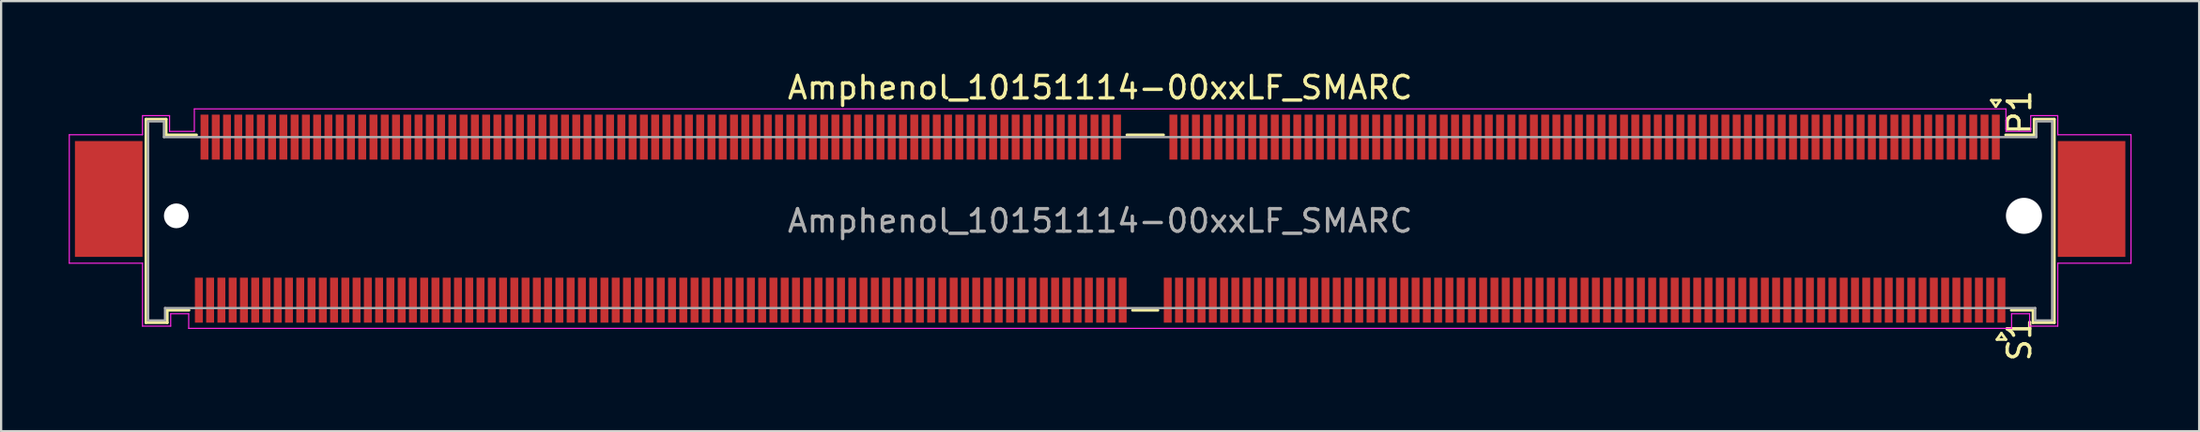
<source format=kicad_pcb>
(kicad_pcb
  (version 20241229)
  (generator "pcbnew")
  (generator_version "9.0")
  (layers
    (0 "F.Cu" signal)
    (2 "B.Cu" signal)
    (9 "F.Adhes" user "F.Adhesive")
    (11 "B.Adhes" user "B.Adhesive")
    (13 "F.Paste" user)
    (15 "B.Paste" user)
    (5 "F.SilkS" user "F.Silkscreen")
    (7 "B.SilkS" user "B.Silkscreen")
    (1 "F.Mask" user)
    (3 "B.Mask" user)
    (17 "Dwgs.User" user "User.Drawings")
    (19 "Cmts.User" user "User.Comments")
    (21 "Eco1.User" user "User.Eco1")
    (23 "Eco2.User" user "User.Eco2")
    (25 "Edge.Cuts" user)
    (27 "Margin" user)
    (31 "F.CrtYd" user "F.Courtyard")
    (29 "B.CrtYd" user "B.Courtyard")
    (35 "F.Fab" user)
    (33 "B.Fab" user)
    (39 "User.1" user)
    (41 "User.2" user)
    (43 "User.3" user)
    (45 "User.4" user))
  (footprint "Amphenol_10151114-00xxLF_SMARC"
    (layer "F.Cu")
    (at 45.775 6.773)
    (property "Reference" "Amphenol_10151114-00xxLF_SMARC" (at 0 -5.925 0) (layer "F.SilkS") (effects (font (size 1 1) (thickness 0.15))))
    (attr smd)
    (fp_line (start -42.35 -4.525) (end -42.35 4.525) (stroke (width 0.12) (type solid)) (layer "F.SilkS"))
    (fp_line (start -41.45 -4.525) (end -42.35 -4.525) (stroke (width 0.12) (type solid)) (layer "F.SilkS"))
    (fp_line (start -41.45 -4.525) (end -41.45 -3.825) (stroke (width 0.12) (type solid)) (layer "F.SilkS"))
    (fp_line (start -41.4 4.525) (end -42.35 4.525) (stroke (width 0.12) (type solid)) (layer "F.SilkS"))
    (fp_line (start -41.4 4.525) (end -41.4 3.975) (stroke (width 0.12) (type solid)) (layer "F.SilkS"))
    (fp_line (start -40.435 3.975) (end -41.4 3.975) (stroke (width 0.12) (type solid)) (layer "F.SilkS"))
    (fp_line (start -40.1 -3.825) (end -41.45 -3.825) (stroke (width 0.12) (type solid)) (layer "F.SilkS"))
    (fp_line (start 1.185 -3.825) (end 2.815 -3.825) (stroke (width 0.12) (type solid)) (layer "F.SilkS"))
    (fp_line (start 1.435 3.975) (end 2.565 3.975) (stroke (width 0.12) (type solid)) (layer "F.SilkS"))
    (fp_line (start 39.55 -5.366) (end 39.95 -5.366) (stroke (width 0.12) (type solid)) (layer "F.SilkS"))
    (fp_line (start 39.75 -5.084) (end 39.55 -5.366) (stroke (width 0.12) (type solid)) (layer "F.SilkS"))
    (fp_line (start 39.8 5.275) (end 40 4.992) (stroke (width 0.12) (type solid)) (layer "F.SilkS"))
    (fp_line (start 39.95 -5.366) (end 39.75 -5.084) (stroke (width 0.12) (type solid)) (layer "F.SilkS"))
    (fp_line (start 40 4.992) (end 40.2 5.275) (stroke (width 0.12) (type solid)) (layer "F.SilkS"))
    (fp_line (start 40.185 -3.825) (end 41.45 -3.825) (stroke (width 0.12) (type solid)) (layer "F.SilkS"))
    (fp_line (start 40.2 5.275) (end 39.8 5.275) (stroke (width 0.12) (type solid)) (layer "F.SilkS"))
    (fp_line (start 40.435 3.975) (end 41.4 3.975) (stroke (width 0.12) (type solid)) (layer "F.SilkS"))
    (fp_line (start 41.4 4.525) (end 41.4 3.975) (stroke (width 0.12) (type solid)) (layer "F.SilkS"))
    (fp_line (start 41.4 4.525) (end 42.35 4.525) (stroke (width 0.12) (type solid)) (layer "F.SilkS"))
    (fp_line (start 41.45 -4.525) (end 41.45 -3.825) (stroke (width 0.12) (type solid)) (layer "F.SilkS"))
    (fp_line (start 41.45 -4.525) (end 42.35 -4.525) (stroke (width 0.12) (type solid)) (layer "F.SilkS"))
    (fp_line (start 42.35 -4.525) (end 42.35 4.525) (stroke (width 0.12) (type solid)) (layer "F.SilkS"))
    (fp_line (start -45.75 -3.83) (end -42.5 -3.83) (stroke (width 0.05) (type solid)) (layer "F.CrtYd"))
    (fp_line (start -45.75 1.88) (end -45.75 -3.83) (stroke (width 0.05) (type solid)) (layer "F.CrtYd"))
    (fp_line (start -42.5 -4.68) (end -41.3 -4.68) (stroke (width 0.05) (type solid)) (layer "F.CrtYd"))
    (fp_line (start -42.5 -3.83) (end -42.5 -4.68) (stroke (width 0.05) (type solid)) (layer "F.CrtYd"))
    (fp_line (start -42.5 1.88) (end -45.75 1.88) (stroke (width 0.05) (type solid)) (layer "F.CrtYd"))
    (fp_line (start -42.5 4.68) (end -42.5 1.88) (stroke (width 0.05) (type solid)) (layer "F.CrtYd"))
    (fp_line (start -41.3 -4.68) (end -41.3 -3.98) (stroke (width 0.05) (type solid)) (layer "F.CrtYd"))
    (fp_line (start -41.3 -3.98) (end -40.2 -3.98) (stroke (width 0.05) (type solid)) (layer "F.CrtYd"))
    (fp_line (start -41.25 4.13) (end -41.25 4.68) (stroke (width 0.05) (type solid)) (layer "F.CrtYd"))
    (fp_line (start -41.25 4.68) (end -42.5 4.68) (stroke (width 0.05) (type solid)) (layer "F.CrtYd"))
    (fp_line (start -40.45 4.13) (end -41.25 4.13) (stroke (width 0.05) (type solid)) (layer "F.CrtYd"))
    (fp_line (start -40.45 4.78) (end -40.45 4.13) (stroke (width 0.05) (type solid)) (layer "F.CrtYd"))
    (fp_line (start -40.2 -4.98) (end 40.2 -4.98) (stroke (width 0.05) (type solid)) (layer "F.CrtYd"))
    (fp_line (start -40.2 -3.98) (end -40.2 -4.98) (stroke (width 0.05) (type solid)) (layer "F.CrtYd"))
    (fp_line (start 40.2 -4.98) (end 40.2 -3.98) (stroke (width 0.05) (type solid)) (layer "F.CrtYd"))
    (fp_line (start 40.2 -3.98) (end 41.3 -3.98) (stroke (width 0.05) (type solid)) (layer "F.CrtYd"))
    (fp_line (start 40.45 4.13) (end 40.45 4.78) (stroke (width 0.05) (type solid)) (layer "F.CrtYd"))
    (fp_line (start 40.45 4.13) (end 41.25 4.13) (stroke (width 0.05) (type solid)) (layer "F.CrtYd"))
    (fp_line (start 40.45 4.78) (end -40.45 4.78) (stroke (width 0.05) (type solid)) (layer "F.CrtYd"))
    (fp_line (start 41.25 4.13) (end 41.25 4.68) (stroke (width 0.05) (type solid)) (layer "F.CrtYd"))
    (fp_line (start 41.3 -4.68) (end 42.5 -4.68) (stroke (width 0.05) (type solid)) (layer "F.CrtYd"))
    (fp_line (start 41.3 -3.98) (end 41.3 -4.68) (stroke (width 0.05) (type solid)) (layer "F.CrtYd"))
    (fp_line (start 42.5 -4.68) (end 42.5 -3.83) (stroke (width 0.05) (type solid)) (layer "F.CrtYd"))
    (fp_line (start 42.5 -3.83) (end 45.75 -3.83) (stroke (width 0.05) (type solid)) (layer "F.CrtYd"))
    (fp_line (start 42.5 1.88) (end 42.5 4.68) (stroke (width 0.05) (type solid)) (layer "F.CrtYd"))
    (fp_line (start 42.5 4.68) (end 41.25 4.68) (stroke (width 0.05) (type solid)) (layer "F.CrtYd"))
    (fp_line (start 45.75 -3.83) (end 45.75 1.88) (stroke (width 0.05) (type solid)) (layer "F.CrtYd"))
    (fp_line (start 45.75 1.88) (end 42.5 1.88) (stroke (width 0.05) (type solid)) (layer "F.CrtYd"))
    (fp_line (start -42.25 -4.425) (end -42.25 4.425) (stroke (width 0.1) (type solid)) (layer "F.Fab"))
    (fp_line (start -42.25 -4.425) (end -41.55 -4.425) (stroke (width 0.1) (type solid)) (layer "F.Fab"))
    (fp_line (start -41.55 -4.425) (end -41.55 -3.725) (stroke (width 0.1) (type solid)) (layer "F.Fab"))
    (fp_line (start -41.55 -3.725) (end 41.55 -3.725) (stroke (width 0.1) (type solid)) (layer "F.Fab"))
    (fp_line (start -41.5 3.875) (end -41.5 4.425) (stroke (width 0.1) (type solid)) (layer "F.Fab"))
    (fp_line (start -41.5 4.425) (end -42.25 4.425) (stroke (width 0.1) (type solid)) (layer "F.Fab"))
    (fp_line (start 41.5 3.875) (end -41.5 3.875) (stroke (width 0.1) (type solid)) (layer "F.Fab"))
    (fp_line (start 41.5 3.875) (end 41.5 4.425) (stroke (width 0.1) (type solid)) (layer "F.Fab"))
    (fp_line (start 41.5 4.425) (end 42.25 4.425) (stroke (width 0.1) (type solid)) (layer "F.Fab"))
    (fp_line (start 41.55 -4.425) (end 41.55 -3.725) (stroke (width 0.1) (type solid)) (layer "F.Fab"))
    (fp_line (start 42.25 -4.425) (end 41.55 -4.425) (stroke (width 0.1) (type solid)) (layer "F.Fab"))
    (fp_line (start 42.25 -4.425) (end 42.25 4.425) (stroke (width 0.1) (type solid)) (layer "F.Fab"))
    (fp_text user "P1" (at 40.8 -4.825 90) (unlocked yes) (layer "F.SilkS") (effects (font (size 1 1) (thickness 0.15))))
    (fp_text user "S1" (at 40.8 5.275 90) (unlocked yes) (layer "F.SilkS") (effects (font (size 1 1) (thickness 0.15))))
    (fp_text user "${REFERENCE}" (at 0 0 0) (layer "F.Fab") (effects (font (size 1 1) (thickness 0.15))))
    (pad "" np_thru_hole circle (at -41 -0.225) (size 1.1 1.1) (drill 1.1) (layers "*.Cu" "*.Mask"))
    (pad "" np_thru_hole circle (at 41 -0.225) (size 1.6 1.6) (drill 1.6) (layers "*.Cu" "*.Mask"))
    (pad "MP" smd rect (at -44 -0.975) (size 3 5.15) (layers "F.Cu" "F.Mask" "F.Paste"))
    (pad "MP" smd rect (at 44 -0.975) (size 3 5.15) (layers "F.Cu" "F.Mask" "F.Paste"))
    (pad "P1" smd rect (at 39.75 -3.725) (size 0.35 2) (layers "F.Cu" "F.Mask" "F.Paste"))
    (pad "P2" smd rect (at 39.25 -3.725) (size 0.35 2) (layers "F.Cu" "F.Mask" "F.Paste"))
    (pad "P3" smd rect (at 38.75 -3.725) (size 0.35 2) (layers "F.Cu" "F.Mask" "F.Paste"))
    (pad "P4" smd rect (at 38.25 -3.725) (size 0.35 2) (layers "F.Cu" "F.Mask" "F.Paste"))
    (pad "P5" smd rect (at 37.75 -3.725) (size 0.35 2) (layers "F.Cu" "F.Mask" "F.Paste"))
    (pad "P6" smd rect (at 37.25 -3.725) (size 0.35 2) (layers "F.Cu" "F.Mask" "F.Paste"))
    (pad "P7" smd rect (at 36.75 -3.725) (size 0.35 2) (layers "F.Cu" "F.Mask" "F.Paste"))
    (pad "P8" smd rect (at 36.25 -3.725) (size 0.35 2) (layers "F.Cu" "F.Mask" "F.Paste"))
    (pad "P9" smd rect (at 35.75 -3.725) (size 0.35 2) (layers "F.Cu" "F.Mask" "F.Paste"))
    (pad "P10" smd rect (at 35.25 -3.725) (size 0.35 2) (layers "F.Cu" "F.Mask" "F.Paste"))
    (pad "P11" smd rect (at 34.75 -3.725) (size 0.35 2) (layers "F.Cu" "F.Mask" "F.Paste"))
    (pad "P12" smd rect (at 34.25 -3.725) (size 0.35 2) (layers "F.Cu" "F.Mask" "F.Paste"))
    (pad "P13" smd rect (at 33.75 -3.725) (size 0.35 2) (layers "F.Cu" "F.Mask" "F.Paste"))
    (pad "P14" smd rect (at 33.25 -3.725) (size 0.35 2) (layers "F.Cu" "F.Mask" "F.Paste"))
    (pad "P15" smd rect (at 32.75 -3.725) (size 0.35 2) (layers "F.Cu" "F.Mask" "F.Paste"))
    (pad "P16" smd rect (at 32.25 -3.725) (size 0.35 2) (layers "F.Cu" "F.Mask" "F.Paste"))
    (pad "P17" smd rect (at 31.75 -3.725) (size 0.35 2) (layers "F.Cu" "F.Mask" "F.Paste"))
    (pad "P18" smd rect (at 31.25 -3.725) (size 0.35 2) (layers "F.Cu" "F.Mask" "F.Paste"))
    (pad "P19" smd rect (at 30.75 -3.725) (size 0.35 2) (layers "F.Cu" "F.Mask" "F.Paste"))
    (pad "P20" smd rect (at 30.25 -3.725) (size 0.35 2) (layers "F.Cu" "F.Mask" "F.Paste"))
    (pad "P21" smd rect (at 29.75 -3.725) (size 0.35 2) (layers "F.Cu" "F.Mask" "F.Paste"))
    (pad "P22" smd rect (at 29.25 -3.725) (size 0.35 2) (layers "F.Cu" "F.Mask" "F.Paste"))
    (pad "P23" smd rect (at 28.75 -3.725) (size 0.35 2) (layers "F.Cu" "F.Mask" "F.Paste"))
    (pad "P24" smd rect (at 28.25 -3.725) (size 0.35 2) (layers "F.Cu" "F.Mask" "F.Paste"))
    (pad "P25" smd rect (at 27.75 -3.725) (size 0.35 2) (layers "F.Cu" "F.Mask" "F.Paste"))
    (pad "P26" smd rect (at 27.25 -3.725) (size 0.35 2) (layers "F.Cu" "F.Mask" "F.Paste"))
    (pad "P27" smd rect (at 26.75 -3.725) (size 0.35 2) (layers "F.Cu" "F.Mask" "F.Paste"))
    (pad "P28" smd rect (at 26.25 -3.725) (size 0.35 2) (layers "F.Cu" "F.Mask" "F.Paste"))
    (pad "P29" smd rect (at 25.75 -3.725) (size 0.35 2) (layers "F.Cu" "F.Mask" "F.Paste"))
    (pad "P30" smd rect (at 25.25 -3.725) (size 0.35 2) (layers "F.Cu" "F.Mask" "F.Paste"))
    (pad "P31" smd rect (at 24.75 -3.725) (size 0.35 2) (layers "F.Cu" "F.Mask" "F.Paste"))
    (pad "P32" smd rect (at 24.25 -3.725) (size 0.35 2) (layers "F.Cu" "F.Mask" "F.Paste"))
    (pad "P33" smd rect (at 23.75 -3.725) (size 0.35 2) (layers "F.Cu" "F.Mask" "F.Paste"))
    (pad "P34" smd rect (at 23.25 -3.725) (size 0.35 2) (layers "F.Cu" "F.Mask" "F.Paste"))
    (pad "P35" smd rect (at 22.75 -3.725) (size 0.35 2) (layers "F.Cu" "F.Mask" "F.Paste"))
    (pad "P36" smd rect (at 22.25 -3.725) (size 0.35 2) (layers "F.Cu" "F.Mask" "F.Paste"))
    (pad "P37" smd rect (at 21.75 -3.725) (size 0.35 2) (layers "F.Cu" "F.Mask" "F.Paste"))
    (pad "P38" smd rect (at 21.25 -3.725) (size 0.35 2) (layers "F.Cu" "F.Mask" "F.Paste"))
    (pad "P39" smd rect (at 20.75 -3.725) (size 0.35 2) (layers "F.Cu" "F.Mask" "F.Paste"))
    (pad "P40" smd rect (at 20.25 -3.725) (size 0.35 2) (layers "F.Cu" "F.Mask" "F.Paste"))
    (pad "P41" smd rect (at 19.75 -3.725) (size 0.35 2) (layers "F.Cu" "F.Mask" "F.Paste"))
    (pad "P42" smd rect (at 19.25 -3.725) (size 0.35 2) (layers "F.Cu" "F.Mask" "F.Paste"))
    (pad "P43" smd rect (at 18.75 -3.725) (size 0.35 2) (layers "F.Cu" "F.Mask" "F.Paste"))
    (pad "P44" smd rect (at 18.25 -3.725) (size 0.35 2) (layers "F.Cu" "F.Mask" "F.Paste"))
    (pad "P45" smd rect (at 17.75 -3.725) (size 0.35 2) (layers "F.Cu" "F.Mask" "F.Paste"))
    (pad "P46" smd rect (at 17.25 -3.725) (size 0.35 2) (layers "F.Cu" "F.Mask" "F.Paste"))
    (pad "P47" smd rect (at 16.75 -3.725) (size 0.35 2) (layers "F.Cu" "F.Mask" "F.Paste"))
    (pad "P48" smd rect (at 16.25 -3.725) (size 0.35 2) (layers "F.Cu" "F.Mask" "F.Paste"))
    (pad "P49" smd rect (at 15.75 -3.725) (size 0.35 2) (layers "F.Cu" "F.Mask" "F.Paste"))
    (pad "P50" smd rect (at 15.25 -3.725) (size 0.35 2) (layers "F.Cu" "F.Mask" "F.Paste"))
    (pad "P51" smd rect (at 14.75 -3.725) (size 0.35 2) (layers "F.Cu" "F.Mask" "F.Paste"))
    (pad "P52" smd rect (at 14.25 -3.725) (size 0.35 2) (layers "F.Cu" "F.Mask" "F.Paste"))
    (pad "P53" smd rect (at 13.75 -3.725) (size 0.35 2) (layers "F.Cu" "F.Mask" "F.Paste"))
    (pad "P54" smd rect (at 13.25 -3.725) (size 0.35 2) (layers "F.Cu" "F.Mask" "F.Paste"))
    (pad "P55" smd rect (at 12.75 -3.725) (size 0.35 2) (layers "F.Cu" "F.Mask" "F.Paste"))
    (pad "P56" smd rect (at 12.25 -3.725) (size 0.35 2) (layers "F.Cu" "F.Mask" "F.Paste"))
    (pad "P57" smd rect (at 11.75 -3.725) (size 0.35 2) (layers "F.Cu" "F.Mask" "F.Paste"))
    (pad "P58" smd rect (at 11.25 -3.725) (size 0.35 2) (layers "F.Cu" "F.Mask" "F.Paste"))
    (pad "P59" smd rect (at 10.75 -3.725) (size 0.35 2) (layers "F.Cu" "F.Mask" "F.Paste"))
    (pad "P60" smd rect (at 10.25 -3.725) (size 0.35 2) (layers "F.Cu" "F.Mask" "F.Paste"))
    (pad "P61" smd rect (at 9.75 -3.725) (size 0.35 2) (layers "F.Cu" "F.Mask" "F.Paste"))
    (pad "P62" smd rect (at 9.25 -3.725) (size 0.35 2) (layers "F.Cu" "F.Mask" "F.Paste"))
    (pad "P63" smd rect (at 8.75 -3.725) (size 0.35 2) (layers "F.Cu" "F.Mask" "F.Paste"))
    (pad "P64" smd rect (at 8.25 -3.725) (size 0.35 2) (layers "F.Cu" "F.Mask" "F.Paste"))
    (pad "P65" smd rect (at 7.75 -3.725) (size 0.35 2) (layers "F.Cu" "F.Mask" "F.Paste"))
    (pad "P66" smd rect (at 7.25 -3.725) (size 0.35 2) (layers "F.Cu" "F.Mask" "F.Paste"))
    (pad "P67" smd rect (at 6.75 -3.725) (size 0.35 2) (layers "F.Cu" "F.Mask" "F.Paste"))
    (pad "P68" smd rect (at 6.25 -3.725) (size 0.35 2) (layers "F.Cu" "F.Mask" "F.Paste"))
    (pad "P69" smd rect (at 5.75 -3.725) (size 0.35 2) (layers "F.Cu" "F.Mask" "F.Paste"))
    (pad "P70" smd rect (at 5.25 -3.725) (size 0.35 2) (layers "F.Cu" "F.Mask" "F.Paste"))
    (pad "P71" smd rect (at 4.75 -3.725) (size 0.35 2) (layers "F.Cu" "F.Mask" "F.Paste"))
    (pad "P72" smd rect (at 4.25 -3.725) (size 0.35 2) (layers "F.Cu" "F.Mask" "F.Paste"))
    (pad "P73" smd rect (at 3.75 -3.725) (size 0.35 2) (layers "F.Cu" "F.Mask" "F.Paste"))
    (pad "P74" smd rect (at 3.25 -3.725) (size 0.35 2) (layers "F.Cu" "F.Mask" "F.Paste"))
    (pad "P75" smd rect (at 0.75 -3.725) (size 0.35 2) (layers "F.Cu" "F.Mask" "F.Paste"))
    (pad "P76" smd rect (at 0.25 -3.725) (size 0.35 2) (layers "F.Cu" "F.Mask" "F.Paste"))
    (pad "P77" smd rect (at -0.25 -3.725) (size 0.35 2) (layers "F.Cu" "F.Mask" "F.Paste"))
    (pad "P78" smd rect (at -0.75 -3.725) (size 0.35 2) (layers "F.Cu" "F.Mask" "F.Paste"))
    (pad "P79" smd rect (at -1.25 -3.725) (size 0.35 2) (layers "F.Cu" "F.Mask" "F.Paste"))
    (pad "P80" smd rect (at -1.75 -3.725) (size 0.35 2) (layers "F.Cu" "F.Mask" "F.Paste"))
    (pad "P81" smd rect (at -2.25 -3.725) (size 0.35 2) (layers "F.Cu" "F.Mask" "F.Paste"))
    (pad "P82" smd rect (at -2.75 -3.725) (size 0.35 2) (layers "F.Cu" "F.Mask" "F.Paste"))
    (pad "P83" smd rect (at -3.25 -3.725) (size 0.35 2) (layers "F.Cu" "F.Mask" "F.Paste"))
    (pad "P84" smd rect (at -3.75 -3.725) (size 0.35 2) (layers "F.Cu" "F.Mask" "F.Paste"))
    (pad "P85" smd rect (at -4.25 -3.725) (size 0.35 2) (layers "F.Cu" "F.Mask" "F.Paste"))
    (pad "P86" smd rect (at -4.75 -3.725) (size 0.35 2) (layers "F.Cu" "F.Mask" "F.Paste"))
    (pad "P87" smd rect (at -5.25 -3.725) (size 0.35 2) (layers "F.Cu" "F.Mask" "F.Paste"))
    (pad "P88" smd rect (at -5.75 -3.725) (size 0.35 2) (layers "F.Cu" "F.Mask" "F.Paste"))
    (pad "P89" smd rect (at -6.25 -3.725) (size 0.35 2) (layers "F.Cu" "F.Mask" "F.Paste"))
    (pad "P90" smd rect (at -6.75 -3.725) (size 0.35 2) (layers "F.Cu" "F.Mask" "F.Paste"))
    (pad "P91" smd rect (at -7.25 -3.725) (size 0.35 2) (layers "F.Cu" "F.Mask" "F.Paste"))
    (pad "P92" smd rect (at -7.75 -3.725) (size 0.35 2) (layers "F.Cu" "F.Mask" "F.Paste"))
    (pad "P93" smd rect (at -8.25 -3.725) (size 0.35 2) (layers "F.Cu" "F.Mask" "F.Paste"))
    (pad "P94" smd rect (at -8.75 -3.725) (size 0.35 2) (layers "F.Cu" "F.Mask" "F.Paste"))
    (pad "P95" smd rect (at -9.25 -3.725) (size 0.35 2) (layers "F.Cu" "F.Mask" "F.Paste"))
    (pad "P96" smd rect (at -9.75 -3.725) (size 0.35 2) (layers "F.Cu" "F.Mask" "F.Paste"))
    (pad "P97" smd rect (at -10.25 -3.725) (size 0.35 2) (layers "F.Cu" "F.Mask" "F.Paste"))
    (pad "P98" smd rect (at -10.75 -3.725) (size 0.35 2) (layers "F.Cu" "F.Mask" "F.Paste"))
    (pad "P99" smd rect (at -11.25 -3.725) (size 0.35 2) (layers "F.Cu" "F.Mask" "F.Paste"))
    (pad "P100" smd rect (at -11.75 -3.725) (size 0.35 2) (layers "F.Cu" "F.Mask" "F.Paste"))
    (pad "P101" smd rect (at -12.25 -3.725) (size 0.35 2) (layers "F.Cu" "F.Mask" "F.Paste"))
    (pad "P102" smd rect (at -12.75 -3.725) (size 0.35 2) (layers "F.Cu" "F.Mask" "F.Paste"))
    (pad "P103" smd rect (at -13.25 -3.725) (size 0.35 2) (layers "F.Cu" "F.Mask" "F.Paste"))
    (pad "P104" smd rect (at -13.75 -3.725) (size 0.35 2) (layers "F.Cu" "F.Mask" "F.Paste"))
    (pad "P105" smd rect (at -14.25 -3.725) (size 0.35 2) (layers "F.Cu" "F.Mask" "F.Paste"))
    (pad "P106" smd rect (at -14.75 -3.725) (size 0.35 2) (layers "F.Cu" "F.Mask" "F.Paste"))
    (pad "P107" smd rect (at -15.25 -3.725) (size 0.35 2) (layers "F.Cu" "F.Mask" "F.Paste"))
    (pad "P108" smd rect (at -15.75 -3.725) (size 0.35 2) (layers "F.Cu" "F.Mask" "F.Paste"))
    (pad "P109" smd rect (at -16.25 -3.725) (size 0.35 2) (layers "F.Cu" "F.Mask" "F.Paste"))
    (pad "P110" smd rect (at -16.75 -3.725) (size 0.35 2) (layers "F.Cu" "F.Mask" "F.Paste"))
    (pad "P111" smd rect (at -17.25 -3.725) (size 0.35 2) (layers "F.Cu" "F.Mask" "F.Paste"))
    (pad "P112" smd rect (at -17.75 -3.725) (size 0.35 2) (layers "F.Cu" "F.Mask" "F.Paste"))
    (pad "P113" smd rect (at -18.25 -3.725) (size 0.35 2) (layers "F.Cu" "F.Mask" "F.Paste"))
    (pad "P114" smd rect (at -18.75 -3.725) (size 0.35 2) (layers "F.Cu" "F.Mask" "F.Paste"))
    (pad "P115" smd rect (at -19.25 -3.725) (size 0.35 2) (layers "F.Cu" "F.Mask" "F.Paste"))
    (pad "P116" smd rect (at -19.75 -3.725) (size 0.35 2) (layers "F.Cu" "F.Mask" "F.Paste"))
    (pad "P117" smd rect (at -20.25 -3.725) (size 0.35 2) (layers "F.Cu" "F.Mask" "F.Paste"))
    (pad "P118" smd rect (at -20.75 -3.725) (size 0.35 2) (layers "F.Cu" "F.Mask" "F.Paste"))
    (pad "P119" smd rect (at -21.25 -3.725) (size 0.35 2) (layers "F.Cu" "F.Mask" "F.Paste"))
    (pad "P120" smd rect (at -21.75 -3.725) (size 0.35 2) (layers "F.Cu" "F.Mask" "F.Paste"))
    (pad "P121" smd rect (at -22.25 -3.725) (size 0.35 2) (layers "F.Cu" "F.Mask" "F.Paste"))
    (pad "P122" smd rect (at -22.75 -3.725) (size 0.35 2) (layers "F.Cu" "F.Mask" "F.Paste"))
    (pad "P123" smd rect (at -23.25 -3.725) (size 0.35 2) (layers "F.Cu" "F.Mask" "F.Paste"))
    (pad "P124" smd rect (at -23.75 -3.725) (size 0.35 2) (layers "F.Cu" "F.Mask" "F.Paste"))
    (pad "P125" smd rect (at -24.25 -3.725) (size 0.35 2) (layers "F.Cu" "F.Mask" "F.Paste"))
    (pad "P126" smd rect (at -24.75 -3.725) (size 0.35 2) (layers "F.Cu" "F.Mask" "F.Paste"))
    (pad "P127" smd rect (at -25.25 -3.725) (size 0.35 2) (layers "F.Cu" "F.Mask" "F.Paste"))
    (pad "P128" smd rect (at -25.75 -3.725) (size 0.35 2) (layers "F.Cu" "F.Mask" "F.Paste"))
    (pad "P129" smd rect (at -26.25 -3.725) (size 0.35 2) (layers "F.Cu" "F.Mask" "F.Paste"))
    (pad "P130" smd rect (at -26.75 -3.725) (size 0.35 2) (layers "F.Cu" "F.Mask" "F.Paste"))
    (pad "P131" smd rect (at -27.25 -3.725) (size 0.35 2) (layers "F.Cu" "F.Mask" "F.Paste"))
    (pad "P132" smd rect (at -27.75 -3.725) (size 0.35 2) (layers "F.Cu" "F.Mask" "F.Paste"))
    (pad "P133" smd rect (at -28.25 -3.725) (size 0.35 2) (layers "F.Cu" "F.Mask" "F.Paste"))
    (pad "P134" smd rect (at -28.75 -3.725) (size 0.35 2) (layers "F.Cu" "F.Mask" "F.Paste"))
    (pad "P135" smd rect (at -29.25 -3.725) (size 0.35 2) (layers "F.Cu" "F.Mask" "F.Paste"))
    (pad "P136" smd rect (at -29.75 -3.725) (size 0.35 2) (layers "F.Cu" "F.Mask" "F.Paste"))
    (pad "P137" smd rect (at -30.25 -3.725) (size 0.35 2) (layers "F.Cu" "F.Mask" "F.Paste"))
    (pad "P138" smd rect (at -30.75 -3.725) (size 0.35 2) (layers "F.Cu" "F.Mask" "F.Paste"))
    (pad "P139" smd rect (at -31.25 -3.725) (size 0.35 2) (layers "F.Cu" "F.Mask" "F.Paste"))
    (pad "P140" smd rect (at -31.75 -3.725) (size 0.35 2) (layers "F.Cu" "F.Mask" "F.Paste"))
    (pad "P141" smd rect (at -32.25 -3.725) (size 0.35 2) (layers "F.Cu" "F.Mask" "F.Paste"))
    (pad "P142" smd rect (at -32.75 -3.725) (size 0.35 2) (layers "F.Cu" "F.Mask" "F.Paste"))
    (pad "P143" smd rect (at -33.25 -3.725) (size 0.35 2) (layers "F.Cu" "F.Mask" "F.Paste"))
    (pad "P144" smd rect (at -33.75 -3.725) (size 0.35 2) (layers "F.Cu" "F.Mask" "F.Paste"))
    (pad "P145" smd rect (at -34.25 -3.725) (size 0.35 2) (layers "F.Cu" "F.Mask" "F.Paste"))
    (pad "P146" smd rect (at -34.75 -3.725) (size 0.35 2) (layers "F.Cu" "F.Mask" "F.Paste"))
    (pad "P147" smd rect (at -35.25 -3.725) (size 0.35 2) (layers "F.Cu" "F.Mask" "F.Paste"))
    (pad "P148" smd rect (at -35.75 -3.725) (size 0.35 2) (layers "F.Cu" "F.Mask" "F.Paste"))
    (pad "P149" smd rect (at -36.25 -3.725) (size 0.35 2) (layers "F.Cu" "F.Mask" "F.Paste"))
    (pad "P150" smd rect (at -36.75 -3.725) (size 0.35 2) (layers "F.Cu" "F.Mask" "F.Paste"))
    (pad "P151" smd rect (at -37.25 -3.725) (size 0.35 2) (layers "F.Cu" "F.Mask" "F.Paste"))
    (pad "P152" smd rect (at -37.75 -3.725) (size 0.35 2) (layers "F.Cu" "F.Mask" "F.Paste"))
    (pad "P153" smd rect (at -38.25 -3.725) (size 0.35 2) (layers "F.Cu" "F.Mask" "F.Paste"))
    (pad "P154" smd rect (at -38.75 -3.725) (size 0.35 2) (layers "F.Cu" "F.Mask" "F.Paste"))
    (pad "P155" smd rect (at -39.25 -3.725) (size 0.35 2) (layers "F.Cu" "F.Mask" "F.Paste"))
    (pad "P156" smd rect (at -39.75 -3.725) (size 0.35 2) (layers "F.Cu" "F.Mask" "F.Paste"))
    (pad "S1" smd rect (at 40 3.525) (size 0.35 2) (layers "F.Cu" "F.Mask" "F.Paste"))
    (pad "S2" smd rect (at 39.5 3.525) (size 0.35 2) (layers "F.Cu" "F.Mask" "F.Paste"))
    (pad "S3" smd rect (at 39 3.525) (size 0.35 2) (layers "F.Cu" "F.Mask" "F.Paste"))
    (pad "S4" smd rect (at 38.5 3.525) (size 0.35 2) (layers "F.Cu" "F.Mask" "F.Paste"))
    (pad "S5" smd rect (at 38 3.525) (size 0.35 2) (layers "F.Cu" "F.Mask" "F.Paste"))
    (pad "S6" smd rect (at 37.5 3.525) (size 0.35 2) (layers "F.Cu" "F.Mask" "F.Paste"))
    (pad "S7" smd rect (at 37 3.525) (size 0.35 2) (layers "F.Cu" "F.Mask" "F.Paste"))
    (pad "S8" smd rect (at 36.5 3.525) (size 0.35 2) (layers "F.Cu" "F.Mask" "F.Paste"))
    (pad "S9" smd rect (at 36 3.525) (size 0.35 2) (layers "F.Cu" "F.Mask" "F.Paste"))
    (pad "S10" smd rect (at 35.5 3.525) (size 0.35 2) (layers "F.Cu" "F.Mask" "F.Paste"))
    (pad "S11" smd rect (at 35 3.525) (size 0.35 2) (layers "F.Cu" "F.Mask" "F.Paste"))
    (pad "S12" smd rect (at 34.5 3.525) (size 0.35 2) (layers "F.Cu" "F.Mask" "F.Paste"))
    (pad "S13" smd rect (at 34 3.525) (size 0.35 2) (layers "F.Cu" "F.Mask" "F.Paste"))
    (pad "S14" smd rect (at 33.5 3.525) (size 0.35 2) (layers "F.Cu" "F.Mask" "F.Paste"))
    (pad "S15" smd rect (at 33 3.525) (size 0.35 2) (layers "F.Cu" "F.Mask" "F.Paste"))
    (pad "S16" smd rect (at 32.5 3.525) (size 0.35 2) (layers "F.Cu" "F.Mask" "F.Paste"))
    (pad "S17" smd rect (at 32 3.525) (size 0.35 2) (layers "F.Cu" "F.Mask" "F.Paste"))
    (pad "S18" smd rect (at 31.5 3.525) (size 0.35 2) (layers "F.Cu" "F.Mask" "F.Paste"))
    (pad "S19" smd rect (at 31 3.525) (size 0.35 2) (layers "F.Cu" "F.Mask" "F.Paste"))
    (pad "S20" smd rect (at 30.5 3.525) (size 0.35 2) (layers "F.Cu" "F.Mask" "F.Paste"))
    (pad "S21" smd rect (at 30 3.525) (size 0.35 2) (layers "F.Cu" "F.Mask" "F.Paste"))
    (pad "S22" smd rect (at 29.5 3.525) (size 0.35 2) (layers "F.Cu" "F.Mask" "F.Paste"))
    (pad "S23" smd rect (at 29 3.525) (size 0.35 2) (layers "F.Cu" "F.Mask" "F.Paste"))
    (pad "S24" smd rect (at 28.5 3.525) (size 0.35 2) (layers "F.Cu" "F.Mask" "F.Paste"))
    (pad "S25" smd rect (at 28 3.525) (size 0.35 2) (layers "F.Cu" "F.Mask" "F.Paste"))
    (pad "S26" smd rect (at 27.5 3.525) (size 0.35 2) (layers "F.Cu" "F.Mask" "F.Paste"))
    (pad "S27" smd rect (at 27 3.525) (size 0.35 2) (layers "F.Cu" "F.Mask" "F.Paste"))
    (pad "S28" smd rect (at 26.5 3.525) (size 0.35 2) (layers "F.Cu" "F.Mask" "F.Paste"))
    (pad "S29" smd rect (at 26 3.525) (size 0.35 2) (layers "F.Cu" "F.Mask" "F.Paste"))
    (pad "S30" smd rect (at 25.5 3.525) (size 0.35 2) (layers "F.Cu" "F.Mask" "F.Paste"))
    (pad "S31" smd rect (at 25 3.525) (size 0.35 2) (layers "F.Cu" "F.Mask" "F.Paste"))
    (pad "S32" smd rect (at 24.5 3.525) (size 0.35 2) (layers "F.Cu" "F.Mask" "F.Paste"))
    (pad "S33" smd rect (at 24 3.525) (size 0.35 2) (layers "F.Cu" "F.Mask" "F.Paste"))
    (pad "S34" smd rect (at 23.5 3.525) (size 0.35 2) (layers "F.Cu" "F.Mask" "F.Paste"))
    (pad "S35" smd rect (at 23 3.525) (size 0.35 2) (layers "F.Cu" "F.Mask" "F.Paste"))
    (pad "S36" smd rect (at 22.5 3.525) (size 0.35 2) (layers "F.Cu" "F.Mask" "F.Paste"))
    (pad "S37" smd rect (at 22 3.525) (size 0.35 2) (layers "F.Cu" "F.Mask" "F.Paste"))
    (pad "S38" smd rect (at 21.5 3.525) (size 0.35 2) (layers "F.Cu" "F.Mask" "F.Paste"))
    (pad "S39" smd rect (at 21 3.525) (size 0.35 2) (layers "F.Cu" "F.Mask" "F.Paste"))
    (pad "S40" smd rect (at 20.5 3.525) (size 0.35 2) (layers "F.Cu" "F.Mask" "F.Paste"))
    (pad "S41" smd rect (at 20 3.525) (size 0.35 2) (layers "F.Cu" "F.Mask" "F.Paste"))
    (pad "S42" smd rect (at 19.5 3.525) (size 0.35 2) (layers "F.Cu" "F.Mask" "F.Paste"))
    (pad "S43" smd rect (at 19 3.525) (size 0.35 2) (layers "F.Cu" "F.Mask" "F.Paste"))
    (pad "S44" smd rect (at 18.5 3.525) (size 0.35 2) (layers "F.Cu" "F.Mask" "F.Paste"))
    (pad "S45" smd rect (at 18 3.525) (size 0.35 2) (layers "F.Cu" "F.Mask" "F.Paste"))
    (pad "S46" smd rect (at 17.5 3.525) (size 0.35 2) (layers "F.Cu" "F.Mask" "F.Paste"))
    (pad "S47" smd rect (at 17 3.525) (size 0.35 2) (layers "F.Cu" "F.Mask" "F.Paste"))
    (pad "S48" smd rect (at 16.5 3.525) (size 0.35 2) (layers "F.Cu" "F.Mask" "F.Paste"))
    (pad "S49" smd rect (at 16 3.525) (size 0.35 2) (layers "F.Cu" "F.Mask" "F.Paste"))
    (pad "S50" smd rect (at 15.5 3.525) (size 0.35 2) (layers "F.Cu" "F.Mask" "F.Paste"))
    (pad "S51" smd rect (at 15 3.525) (size 0.35 2) (layers "F.Cu" "F.Mask" "F.Paste"))
    (pad "S52" smd rect (at 14.5 3.525) (size 0.35 2) (layers "F.Cu" "F.Mask" "F.Paste"))
    (pad "S53" smd rect (at 14 3.525) (size 0.35 2) (layers "F.Cu" "F.Mask" "F.Paste"))
    (pad "S54" smd rect (at 13.5 3.525) (size 0.35 2) (layers "F.Cu" "F.Mask" "F.Paste"))
    (pad "S55" smd rect (at 13 3.525) (size 0.35 2) (layers "F.Cu" "F.Mask" "F.Paste"))
    (pad "S56" smd rect (at 12.5 3.525) (size 0.35 2) (layers "F.Cu" "F.Mask" "F.Paste"))
    (pad "S57" smd rect (at 12 3.525) (size 0.35 2) (layers "F.Cu" "F.Mask" "F.Paste"))
    (pad "S58" smd rect (at 11.5 3.525) (size 0.35 2) (layers "F.Cu" "F.Mask" "F.Paste"))
    (pad "S59" smd rect (at 11 3.525) (size 0.35 2) (layers "F.Cu" "F.Mask" "F.Paste"))
    (pad "S60" smd rect (at 10.5 3.525) (size 0.35 2) (layers "F.Cu" "F.Mask" "F.Paste"))
    (pad "S61" smd rect (at 10 3.525) (size 0.35 2) (layers "F.Cu" "F.Mask" "F.Paste"))
    (pad "S62" smd rect (at 9.5 3.525) (size 0.35 2) (layers "F.Cu" "F.Mask" "F.Paste"))
    (pad "S63" smd rect (at 9 3.525) (size 0.35 2) (layers "F.Cu" "F.Mask" "F.Paste"))
    (pad "S64" smd rect (at 8.5 3.525) (size 0.35 2) (layers "F.Cu" "F.Mask" "F.Paste"))
    (pad "S65" smd rect (at 8 3.525) (size 0.35 2) (layers "F.Cu" "F.Mask" "F.Paste"))
    (pad "S66" smd rect (at 7.5 3.525) (size 0.35 2) (layers "F.Cu" "F.Mask" "F.Paste"))
    (pad "S67" smd rect (at 7 3.525) (size 0.35 2) (layers "F.Cu" "F.Mask" "F.Paste"))
    (pad "S68" smd rect (at 6.5 3.525) (size 0.35 2) (layers "F.Cu" "F.Mask" "F.Paste"))
    (pad "S69" smd rect (at 6 3.525) (size 0.35 2) (layers "F.Cu" "F.Mask" "F.Paste"))
    (pad "S70" smd rect (at 5.5 3.525) (size 0.35 2) (layers "F.Cu" "F.Mask" "F.Paste"))
    (pad "S71" smd rect (at 5 3.525) (size 0.35 2) (layers "F.Cu" "F.Mask" "F.Paste"))
    (pad "S72" smd rect (at 4.5 3.525) (size 0.35 2) (layers "F.Cu" "F.Mask" "F.Paste"))
    (pad "S73" smd rect (at 4 3.525) (size 0.35 2) (layers "F.Cu" "F.Mask" "F.Paste"))
    (pad "S74" smd rect (at 3.5 3.525) (size 0.35 2) (layers "F.Cu" "F.Mask" "F.Paste"))
    (pad "S75" smd rect (at 3 3.525) (size 0.35 2) (layers "F.Cu" "F.Mask" "F.Paste"))
    (pad "S76" smd rect (at 1 3.525) (size 0.35 2) (layers "F.Cu" "F.Mask" "F.Paste"))
    (pad "S77" smd rect (at 0.5 3.525) (size 0.35 2) (layers "F.Cu" "F.Mask" "F.Paste"))
    (pad "S78" smd rect (at 0 3.525) (size 0.35 2) (layers "F.Cu" "F.Mask" "F.Paste"))
    (pad "S79" smd rect (at -0.5 3.525) (size 0.35 2) (layers "F.Cu" "F.Mask" "F.Paste"))
    (pad "S80" smd rect (at -1 3.525) (size 0.35 2) (layers "F.Cu" "F.Mask" "F.Paste"))
    (pad "S81" smd rect (at -1.5 3.525) (size 0.35 2) (layers "F.Cu" "F.Mask" "F.Paste"))
    (pad "S82" smd rect (at -2 3.525) (size 0.35 2) (layers "F.Cu" "F.Mask" "F.Paste"))
    (pad "S83" smd rect (at -2.5 3.525) (size 0.35 2) (layers "F.Cu" "F.Mask" "F.Paste"))
    (pad "S84" smd rect (at -3 3.525) (size 0.35 2) (layers "F.Cu" "F.Mask" "F.Paste"))
    (pad "S85" smd rect (at -3.5 3.525) (size 0.35 2) (layers "F.Cu" "F.Mask" "F.Paste"))
    (pad "S86" smd rect (at -4 3.525) (size 0.35 2) (layers "F.Cu" "F.Mask" "F.Paste"))
    (pad "S87" smd rect (at -4.5 3.525) (size 0.35 2) (layers "F.Cu" "F.Mask" "F.Paste"))
    (pad "S88" smd rect (at -5 3.525) (size 0.35 2) (layers "F.Cu" "F.Mask" "F.Paste"))
    (pad "S89" smd rect (at -5.5 3.525) (size 0.35 2) (layers "F.Cu" "F.Mask" "F.Paste"))
    (pad "S90" smd rect (at -6 3.525) (size 0.35 2) (layers "F.Cu" "F.Mask" "F.Paste"))
    (pad "S91" smd rect (at -6.5 3.525) (size 0.35 2) (layers "F.Cu" "F.Mask" "F.Paste"))
    (pad "S92" smd rect (at -7 3.525) (size 0.35 2) (layers "F.Cu" "F.Mask" "F.Paste"))
    (pad "S93" smd rect (at -7.5 3.525) (size 0.35 2) (layers "F.Cu" "F.Mask" "F.Paste"))
    (pad "S94" smd rect (at -8 3.525) (size 0.35 2) (layers "F.Cu" "F.Mask" "F.Paste"))
    (pad "S95" smd rect (at -8.5 3.525) (size 0.35 2) (layers "F.Cu" "F.Mask" "F.Paste"))
    (pad "S96" smd rect (at -9 3.525) (size 0.35 2) (layers "F.Cu" "F.Mask" "F.Paste"))
    (pad "S97" smd rect (at -9.5 3.525) (size 0.35 2) (layers "F.Cu" "F.Mask" "F.Paste"))
    (pad "S98" smd rect (at -10 3.525) (size 0.35 2) (layers "F.Cu" "F.Mask" "F.Paste"))
    (pad "S99" smd rect (at -10.5 3.525) (size 0.35 2) (layers "F.Cu" "F.Mask" "F.Paste"))
    (pad "S100" smd rect (at -11 3.525) (size 0.35 2) (layers "F.Cu" "F.Mask" "F.Paste"))
    (pad "S101" smd rect (at -11.5 3.525) (size 0.35 2) (layers "F.Cu" "F.Mask" "F.Paste"))
    (pad "S102" smd rect (at -12 3.525) (size 0.35 2) (layers "F.Cu" "F.Mask" "F.Paste"))
    (pad "S103" smd rect (at -12.5 3.525) (size 0.35 2) (layers "F.Cu" "F.Mask" "F.Paste"))
    (pad "S104" smd rect (at -13 3.525) (size 0.35 2) (layers "F.Cu" "F.Mask" "F.Paste"))
    (pad "S105" smd rect (at -13.5 3.525) (size 0.35 2) (layers "F.Cu" "F.Mask" "F.Paste"))
    (pad "S106" smd rect (at -14 3.525) (size 0.35 2) (layers "F.Cu" "F.Mask" "F.Paste"))
    (pad "S107" smd rect (at -14.5 3.525) (size 0.35 2) (layers "F.Cu" "F.Mask" "F.Paste"))
    (pad "S108" smd rect (at -15 3.525) (size 0.35 2) (layers "F.Cu" "F.Mask" "F.Paste"))
    (pad "S109" smd rect (at -15.5 3.525) (size 0.35 2) (layers "F.Cu" "F.Mask" "F.Paste"))
    (pad "S110" smd rect (at -16 3.525) (size 0.35 2) (layers "F.Cu" "F.Mask" "F.Paste"))
    (pad "S111" smd rect (at -16.5 3.525) (size 0.35 2) (layers "F.Cu" "F.Mask" "F.Paste"))
    (pad "S112" smd rect (at -17 3.525) (size 0.35 2) (layers "F.Cu" "F.Mask" "F.Paste"))
    (pad "S113" smd rect (at -17.5 3.525) (size 0.35 2) (layers "F.Cu" "F.Mask" "F.Paste"))
    (pad "S114" smd rect (at -18 3.525) (size 0.35 2) (layers "F.Cu" "F.Mask" "F.Paste"))
    (pad "S115" smd rect (at -18.5 3.525) (size 0.35 2) (layers "F.Cu" "F.Mask" "F.Paste"))
    (pad "S116" smd rect (at -19 3.525) (size 0.35 2) (layers "F.Cu" "F.Mask" "F.Paste"))
    (pad "S117" smd rect (at -19.5 3.525) (size 0.35 2) (layers "F.Cu" "F.Mask" "F.Paste"))
    (pad "S118" smd rect (at -20 3.525) (size 0.35 2) (layers "F.Cu" "F.Mask" "F.Paste"))
    (pad "S119" smd rect (at -20.5 3.525) (size 0.35 2) (layers "F.Cu" "F.Mask" "F.Paste"))
    (pad "S120" smd rect (at -21 3.525) (size 0.35 2) (layers "F.Cu" "F.Mask" "F.Paste"))
    (pad "S121" smd rect (at -21.5 3.525) (size 0.35 2) (layers "F.Cu" "F.Mask" "F.Paste"))
    (pad "S122" smd rect (at -22 3.525) (size 0.35 2) (layers "F.Cu" "F.Mask" "F.Paste"))
    (pad "S123" smd rect (at -22.5 3.525) (size 0.35 2) (layers "F.Cu" "F.Mask" "F.Paste"))
    (pad "S124" smd rect (at -23 3.525) (size 0.35 2) (layers "F.Cu" "F.Mask" "F.Paste"))
    (pad "S125" smd rect (at -23.5 3.525) (size 0.35 2) (layers "F.Cu" "F.Mask" "F.Paste"))
    (pad "S126" smd rect (at -24 3.525) (size 0.35 2) (layers "F.Cu" "F.Mask" "F.Paste"))
    (pad "S127" smd rect (at -24.5 3.525) (size 0.35 2) (layers "F.Cu" "F.Mask" "F.Paste"))
    (pad "S128" smd rect (at -25 3.525) (size 0.35 2) (layers "F.Cu" "F.Mask" "F.Paste"))
    (pad "S129" smd rect (at -25.5 3.525) (size 0.35 2) (layers "F.Cu" "F.Mask" "F.Paste"))
    (pad "S130" smd rect (at -26 3.525) (size 0.35 2) (layers "F.Cu" "F.Mask" "F.Paste"))
    (pad "S131" smd rect (at -26.5 3.525) (size 0.35 2) (layers "F.Cu" "F.Mask" "F.Paste"))
    (pad "S132" smd rect (at -27 3.525) (size 0.35 2) (layers "F.Cu" "F.Mask" "F.Paste"))
    (pad "S133" smd rect (at -27.5 3.525) (size 0.35 2) (layers "F.Cu" "F.Mask" "F.Paste"))
    (pad "S134" smd rect (at -28 3.525) (size 0.35 2) (layers "F.Cu" "F.Mask" "F.Paste"))
    (pad "S135" smd rect (at -28.5 3.525) (size 0.35 2) (layers "F.Cu" "F.Mask" "F.Paste"))
    (pad "S136" smd rect (at -29 3.525) (size 0.35 2) (layers "F.Cu" "F.Mask" "F.Paste"))
    (pad "S137" smd rect (at -29.5 3.525) (size 0.35 2) (layers "F.Cu" "F.Mask" "F.Paste"))
    (pad "S138" smd rect (at -30 3.525) (size 0.35 2) (layers "F.Cu" "F.Mask" "F.Paste"))
    (pad "S139" smd rect (at -30.5 3.525) (size 0.35 2) (layers "F.Cu" "F.Mask" "F.Paste"))
    (pad "S140" smd rect (at -31 3.525) (size 0.35 2) (layers "F.Cu" "F.Mask" "F.Paste"))
    (pad "S141" smd rect (at -31.5 3.525) (size 0.35 2) (layers "F.Cu" "F.Mask" "F.Paste"))
    (pad "S142" smd rect (at -32 3.525) (size 0.35 2) (layers "F.Cu" "F.Mask" "F.Paste"))
    (pad "S143" smd rect (at -32.5 3.525) (size 0.35 2) (layers "F.Cu" "F.Mask" "F.Paste"))
    (pad "S144" smd rect (at -33 3.525) (size 0.35 2) (layers "F.Cu" "F.Mask" "F.Paste"))
    (pad "S145" smd rect (at -33.5 3.525) (size 0.35 2) (layers "F.Cu" "F.Mask" "F.Paste"))
    (pad "S146" smd rect (at -34 3.525) (size 0.35 2) (layers "F.Cu" "F.Mask" "F.Paste"))
    (pad "S147" smd rect (at -34.5 3.525) (size 0.35 2) (layers "F.Cu" "F.Mask" "F.Paste"))
    (pad "S148" smd rect (at -35 3.525) (size 0.35 2) (layers "F.Cu" "F.Mask" "F.Paste"))
    (pad "S149" smd rect (at -35.5 3.525) (size 0.35 2) (layers "F.Cu" "F.Mask" "F.Paste"))
    (pad "S150" smd rect (at -36 3.525) (size 0.35 2) (layers "F.Cu" "F.Mask" "F.Paste"))
    (pad "S151" smd rect (at -36.5 3.525) (size 0.35 2) (layers "F.Cu" "F.Mask" "F.Paste"))
    (pad "S152" smd rect (at -37 3.525) (size 0.35 2) (layers "F.Cu" "F.Mask" "F.Paste"))
    (pad "S153" smd rect (at -37.5 3.525) (size 0.35 2) (layers "F.Cu" "F.Mask" "F.Paste"))
    (pad "S154" smd rect (at -38 3.525) (size 0.35 2) (layers "F.Cu" "F.Mask" "F.Paste"))
    (pad "S155" smd rect (at -38.5 3.525) (size 0.35 2) (layers "F.Cu" "F.Mask" "F.Paste"))
    (pad "S156" smd rect (at -39 3.525) (size 0.35 2) (layers "F.Cu" "F.Mask" "F.Paste"))
    (pad "S157" smd rect (at -39.5 3.525) (size 0.35 2) (layers "F.Cu" "F.Mask" "F.Paste"))
    (pad "S158" smd rect (at -40 3.525) (size 0.35 2) (layers "F.Cu" "F.Mask" "F.Paste")))
  (gr_rect
    (start -3 -3)
    (end 94.55 16.126)
    (stroke (width 0.1) (type default))
    (fill no)
    (layer "Edge.Cuts")))
</source>
